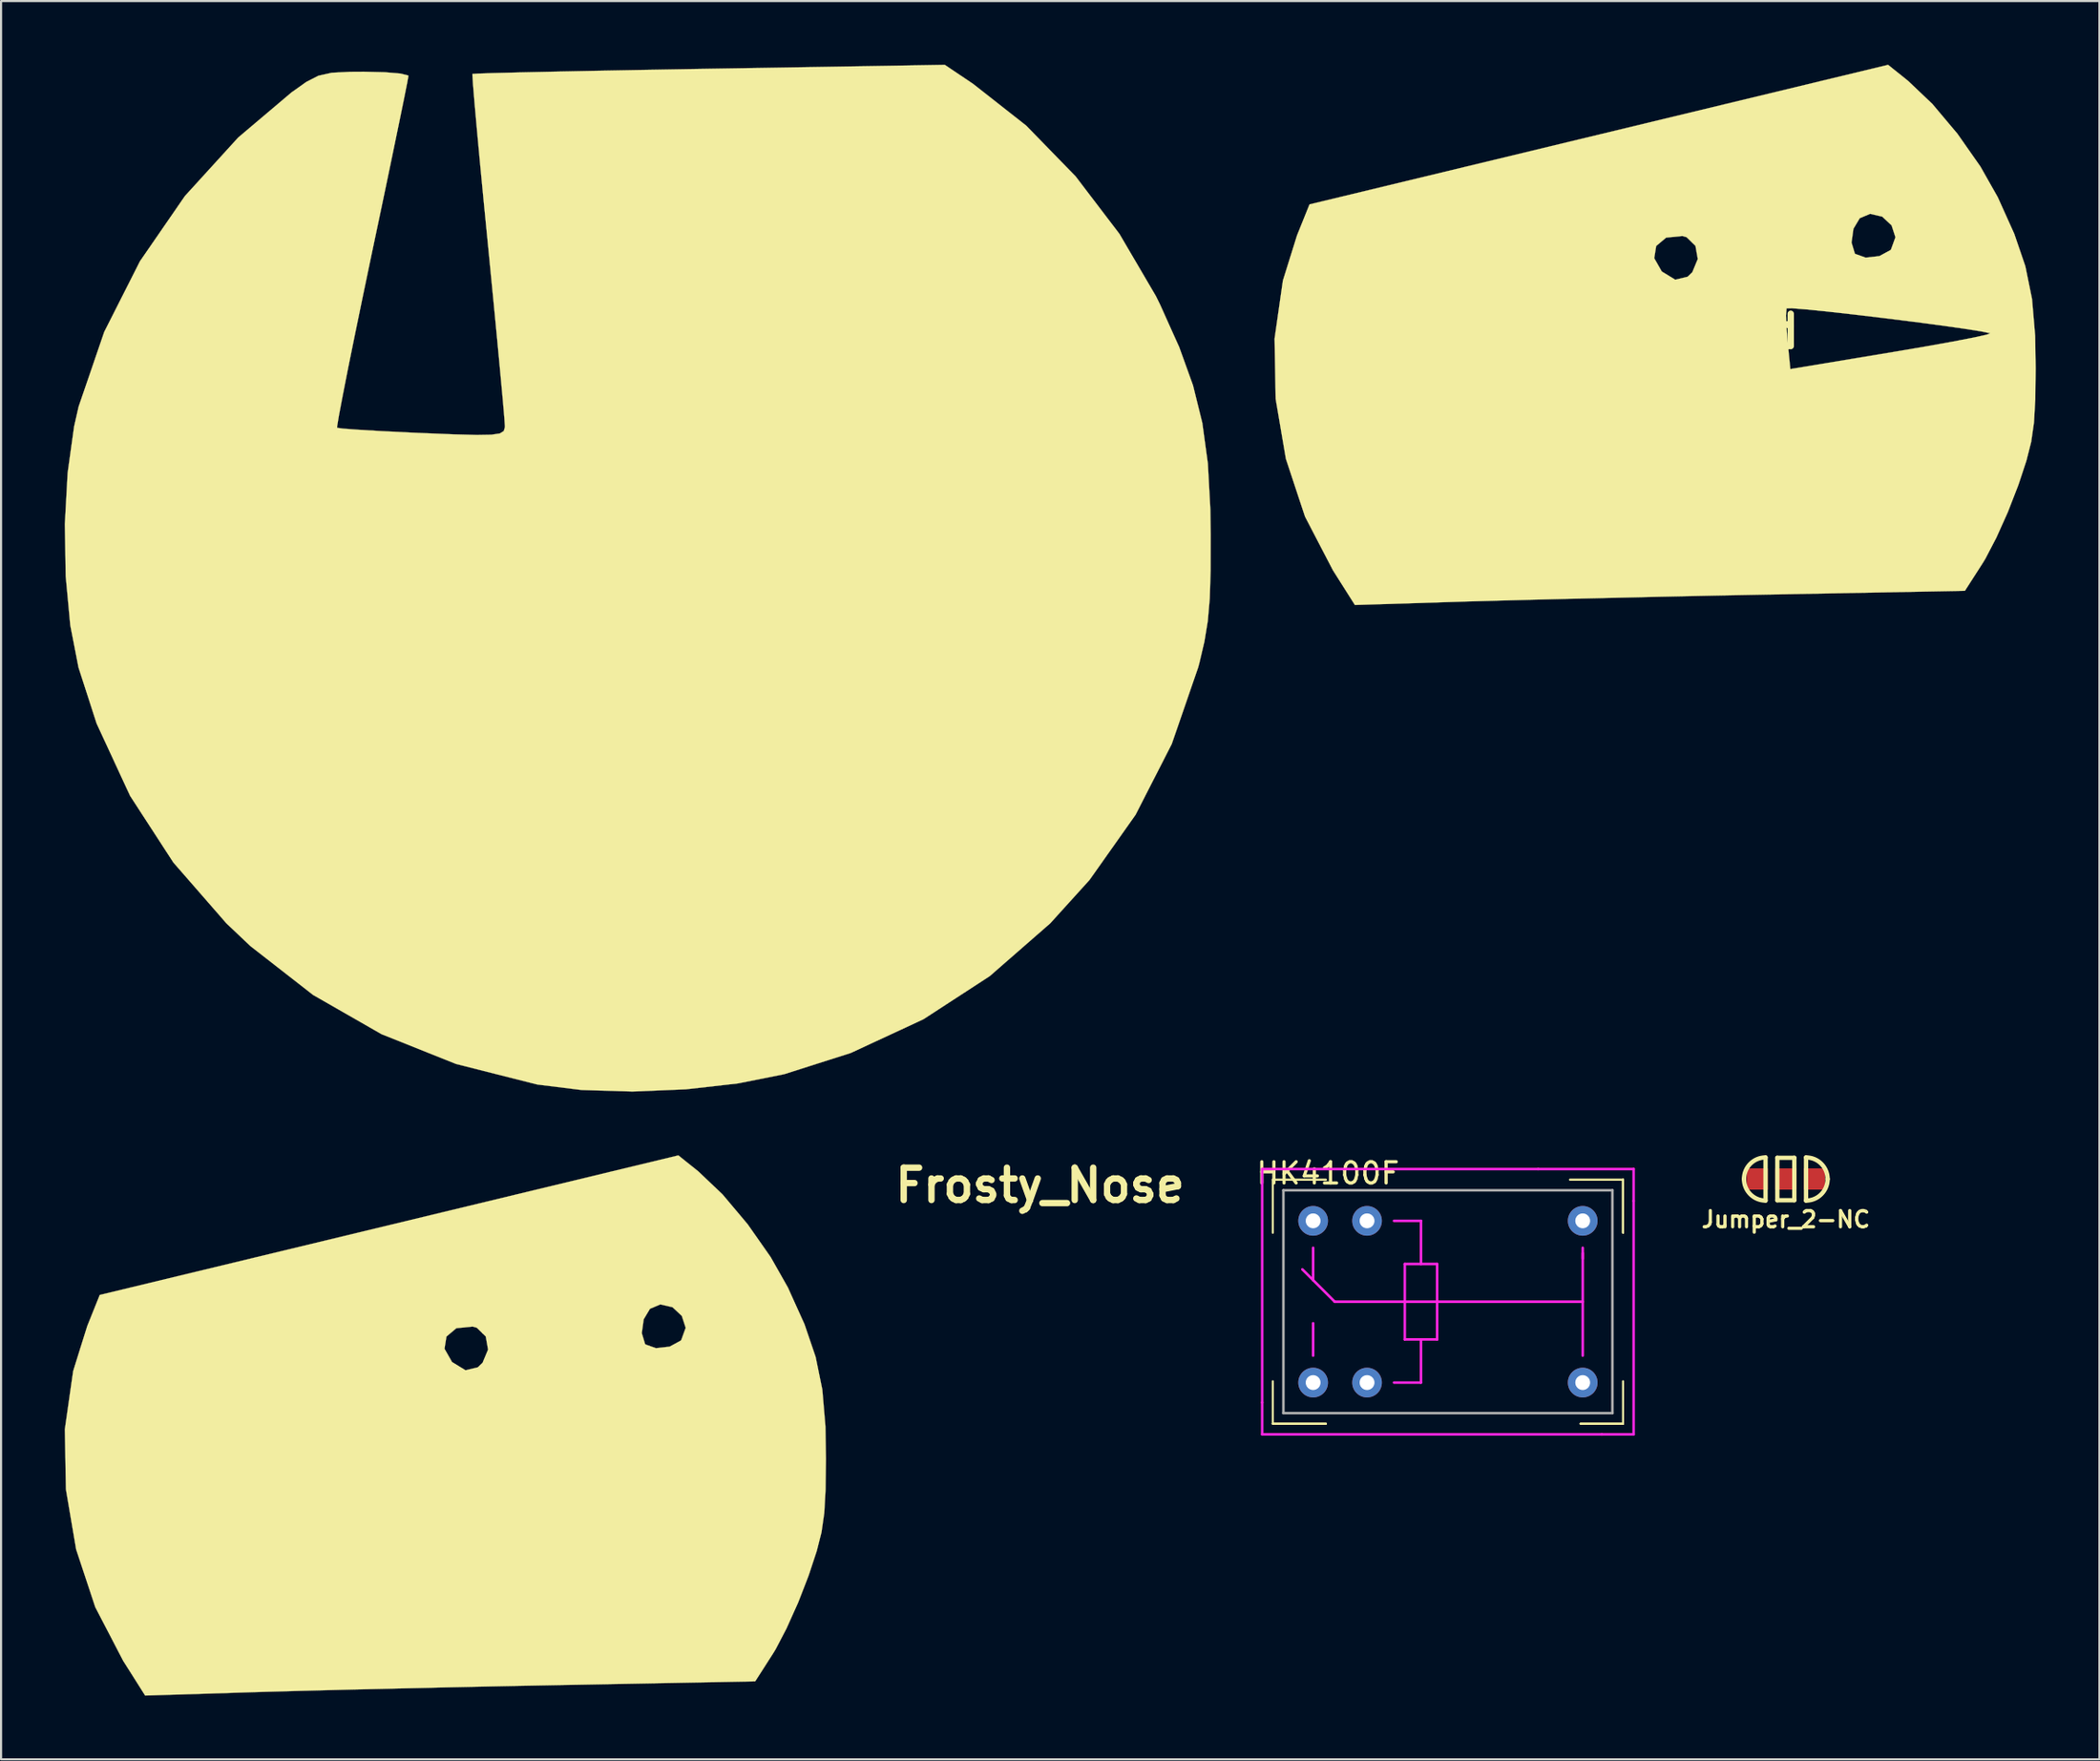
<source format=kicad_pcb>
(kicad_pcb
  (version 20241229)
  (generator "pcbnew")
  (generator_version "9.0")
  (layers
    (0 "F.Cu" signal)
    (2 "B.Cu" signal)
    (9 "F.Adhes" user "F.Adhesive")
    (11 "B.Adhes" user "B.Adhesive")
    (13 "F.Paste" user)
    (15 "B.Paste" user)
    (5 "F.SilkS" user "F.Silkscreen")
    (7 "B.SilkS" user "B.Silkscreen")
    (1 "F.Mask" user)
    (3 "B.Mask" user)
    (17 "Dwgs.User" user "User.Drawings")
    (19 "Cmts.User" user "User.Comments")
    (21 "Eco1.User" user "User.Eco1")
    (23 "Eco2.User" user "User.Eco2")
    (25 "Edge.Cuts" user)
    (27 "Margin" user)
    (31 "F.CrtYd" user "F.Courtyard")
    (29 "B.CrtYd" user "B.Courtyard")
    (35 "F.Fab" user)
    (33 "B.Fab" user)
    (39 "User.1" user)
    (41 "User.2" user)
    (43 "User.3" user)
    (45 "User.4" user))
  (footprint "HK4100F"
    (layer "F.Cu")
    (at 57.413 53.032)
    (property "Reference" "HK4100F" (at 2.1 -0.8 0) (layer "F.SilkS") (effects (font (size 1 1) (thickness 0.15))))
    (attr through_hole)
    (fp_line (start -0.5 -0.5) (end -0.5 2) (stroke (width 0.1) (type solid)) (layer "F.SilkS"))
    (fp_line (start -0.5 -0.5) (end 2 -0.5) (stroke (width 0.1) (type solid)) (layer "F.SilkS"))
    (fp_line (start -0.5 11) (end -0.5 9) (stroke (width 0.1) (type solid)) (layer "F.SilkS"))
    (fp_line (start -0.5 11) (end 2 11) (stroke (width 0.1) (type solid)) (layer "F.SilkS"))
    (fp_line (start 2 11) (end -0.5 11) (stroke (width 0.1) (type solid)) (layer "F.SilkS"))
    (fp_line (start 14 11) (end 16 11) (stroke (width 0.1) (type solid)) (layer "F.SilkS"))
    (fp_line (start 16 -0.5) (end 13.5 -0.5) (stroke (width 0.1) (type solid)) (layer "F.SilkS"))
    (fp_line (start 16 -0.5) (end 16 2) (stroke (width 0.1) (type solid)) (layer "F.SilkS"))
    (fp_line (start 16 2) (end 16 -0.5) (stroke (width 0.1) (type solid)) (layer "F.SilkS"))
    (fp_line (start 16 11) (end 14 11) (stroke (width 0.1) (type solid)) (layer "F.SilkS"))
    (fp_line (start 16 11) (end 16 9) (stroke (width 0.1) (type solid)) (layer "F.SilkS"))
    (fp_line (start -1 -1) (end -1 10) (stroke (width 0.12) (type solid)) (layer "F.CrtYd"))
    (fp_line (start -1 -1) (end 12 -1) (stroke (width 0.12) (type solid)) (layer "F.CrtYd"))
    (fp_line (start -1 10) (end -1 11.5) (stroke (width 0.12) (type solid)) (layer "F.CrtYd"))
    (fp_line (start -1 11.5) (end 15 11.5) (stroke (width 0.12) (type solid)) (layer "F.CrtYd"))
    (fp_line (start 0.892 3.726) (end 2.416 5.25) (stroke (width 0.12) (type solid)) (layer "F.CrtYd"))
    (fp_line (start 1.4 2.71) (end 1.4 3.98) (stroke (width 0.12) (type solid)) (layer "F.CrtYd"))
    (fp_line (start 1.4 3.98) (end 1.4 4.234) (stroke (width 0.12) (type solid)) (layer "F.CrtYd"))
    (fp_line (start 1.4 6.52) (end 1.4 6.266) (stroke (width 0.12) (type solid)) (layer "F.CrtYd"))
    (fp_line (start 1.4 7.79) (end 1.4 6.52) (stroke (width 0.12) (type solid)) (layer "F.CrtYd"))
    (fp_line (start 2.416 5.25) (end 14.1 5.25) (stroke (width 0.12) (type solid)) (layer "F.CrtYd"))
    (fp_line (start 5.21 1.44) (end 6.48 1.44) (stroke (width 0.12) (type solid)) (layer "F.CrtYd"))
    (fp_line (start 5.21 9.06) (end 6.48 9.06) (stroke (width 0.12) (type solid)) (layer "F.CrtYd"))
    (fp_line (start 5.718 3.472) (end 5.718 7.028) (stroke (width 0.12) (type solid)) (layer "F.CrtYd"))
    (fp_line (start 5.718 7.028) (end 6.48 7.028) (stroke (width 0.12) (type solid)) (layer "F.CrtYd"))
    (fp_line (start 6.48 1.44) (end 6.48 3.472) (stroke (width 0.12) (type solid)) (layer "F.CrtYd"))
    (fp_line (start 6.48 7.028) (end 7.242 7.028) (stroke (width 0.12) (type solid)) (layer "F.CrtYd"))
    (fp_line (start 6.48 9.06) (end 6.48 7.028) (stroke (width 0.12) (type solid)) (layer "F.CrtYd"))
    (fp_line (start 7.242 3.472) (end 5.718 3.472) (stroke (width 0.12) (type solid)) (layer "F.CrtYd"))
    (fp_line (start 7.242 7.028) (end 7.242 3.472) (stroke (width 0.12) (type solid)) (layer "F.CrtYd"))
    (fp_line (start 14.1 2.71) (end 14.1 3.218) (stroke (width 0.12) (type solid)) (layer "F.CrtYd"))
    (fp_line (start 14.1 2.964) (end 14.1 7.79) (stroke (width 0.12) (type solid)) (layer "F.CrtYd"))
    (fp_line (start 15 11.5) (end 16.5 11.5) (stroke (width 0.12) (type solid)) (layer "F.CrtYd"))
    (fp_line (start 16.5 -1) (end 12 -1) (stroke (width 0.12) (type solid)) (layer "F.CrtYd"))
    (fp_line (start 16.5 0.5) (end 16.5 -1) (stroke (width 0.12) (type solid)) (layer "F.CrtYd"))
    (fp_line (start 16.5 11.5) (end 16.5 0.5) (stroke (width 0.12) (type solid)) (layer "F.CrtYd"))
    (fp_line (start 0 0) (end 0 10.5) (stroke (width 0.12) (type solid)) (layer "F.Fab"))
    (fp_line (start 0 10.5) (end 15.5 10.5) (stroke (width 0.12) (type solid)) (layer "F.Fab"))
    (fp_line (start 15.5 0) (end 0 0) (stroke (width 0.12) (type solid)) (layer "F.Fab"))
    (fp_line (start 15.5 10.5) (end 15.5 0) (stroke (width 0.12) (type solid)) (layer "F.Fab"))
    (pad "11" thru_hole circle (at 14.1 1.44) (size 1.4 1.4) (drill 0.7) (layers "*.Cu" "*.Mask"))
    (pad "11" thru_hole circle (at 14.1 9.06) (size 1.4 1.4) (drill 0.7) (layers "*.Cu" "*.Mask"))
    (pad "12" thru_hole circle (at 1.4 1.44) (size 1.4 1.4) (drill 0.7) (layers "*.Cu" "*.Mask"))
    (pad "14" thru_hole circle (at 1.4 9.06) (size 1.4 1.4) (drill 0.7) (layers "*.Cu" "*.Mask"))
    (pad "A1" thru_hole circle (at 3.94 1.44) (size 1.4 1.4) (drill 0.7) (layers "*.Cu" "*.Mask"))
    (pad "A2" thru_hole circle (at 3.94 9.06) (size 1.4 1.4) (drill 0.7) (layers "*.Cu" "*.Mask")))
  (footprint "Frosty_Head_2"
    (layer "F.Cu")
    (at 17.826 63.951)
    (property "Reference" "Frosty_Head_2" (at 0 0 0) (layer "F.SilkS") (effects (font (size 1.524 1.524) (thickness 0.3))))
    (attr through_hole)
    (fp_poly (pts (xy 12.025 -11.806) (xy 13.165 -10.723) (xy 14.347 -9.318) (xy 15.431 -7.771) (xy 16.245 -6.333) (xy 17.024 -4.607) (xy 17.549 -3.07) (xy 17.863 -1.53) (xy 18.01 0.202) (xy 18.034 1.738) (xy 18.016 3.193) (xy 17.955 4.287) (xy 17.825 5.193) (xy 17.599 6.085) (xy 17.251 7.137) (xy 17.204 7.272) (xy 16.725 8.506) (xy 16.179 9.721) (xy 15.667 10.703) (xy 15.542 10.908) (xy 14.702 12.217) (xy 5.413 12.394) (xy 2.945 12.442) (xy 0.394 12.496) (xy -2.126 12.553) (xy -4.502 12.609) (xy -6.619 12.663) (xy -8.363 12.711) (xy -8.957 12.728) (xy -14.037 12.887) (xy -15.074 11.248) (xy -16.387 8.723) (xy -17.289 5.999) (xy -17.77 3.172) (xy -17.821 0.34) (xy -17.429 -2.399) (xy -17.1 -3.452) (xy 0.064 -3.452) (xy 0.42 -2.826) (xy 1.054 -2.439) (xy 1.637 -2.579) (xy 1.859 -2.793) (xy 2.117 -3.414) (xy 2.008 -4.032) (xy 1.846 -4.19) (xy 9.359 -4.19) (xy 9.513 -3.679) (xy 9.536 -3.654) (xy 10.024 -3.48) (xy 10.673 -3.552) (xy 11.192 -3.834) (xy 11.219 -3.864) (xy 11.428 -4.44) (xy 11.246 -4.999) (xy 10.805 -5.411) (xy 10.235 -5.543) (xy 9.746 -5.337) (xy 9.449 -4.84) (xy 9.359 -4.19) (xy 1.846 -4.19) (xy 1.588 -4.443) (xy 1.389 -4.499) (xy 0.624 -4.422) (xy 0.157 -4.029) (xy 0.064 -3.452) (xy -17.1 -3.452) (xy -16.762 -4.531) (xy -16.176 -5.987) (xy -2.547 -9.275) (xy 11.082 -12.563) (xy 12.025 -11.806)) (stroke (width 0.01) (type solid)) (fill yes) (layer "F.SilkS")))
  (footprint "Jumper_2-NC"
    (layer "F.Cu")
    (at 81.081 52.501)
    (property "Reference" "Jumper_2-NC" (at 0 1.905 0) (layer "F.SilkS") (effects (font (size 0.762 0.762) (thickness 0.152))))
    (attr through_hole)
    (fp_line (start -0.954 -1.016) (end -0.954 1.016) (stroke (width 0.203) (type solid)) (layer "F.SilkS"))
    (fp_line (start -0.4 -1) (end -0.4 1) (stroke (width 0.203) (type solid)) (layer "F.SilkS"))
    (fp_line (start -0.4 1) (end 0.4 1) (stroke (width 0.203) (type solid)) (layer "F.SilkS"))
    (fp_line (start 0.4 -1) (end -0.4 -1) (stroke (width 0.203) (type solid)) (layer "F.SilkS"))
    (fp_line (start 0.4 1) (end 0.4 -1) (stroke (width 0.203) (type solid)) (layer "F.SilkS"))
    (fp_line (start 0.954 1.016) (end 0.954 -1.016) (stroke (width 0.203) (type solid)) (layer "F.SilkS"))
    (fp_arc (start -1.97 0) (mid -1.67242 -0.71842) (end -0.954 -1.016) (stroke (width 0.2032) (type solid)) (layer "F.SilkS"))
    (fp_arc (start -0.954 1.016) (mid -1.67242 0.71842) (end -1.97 0) (stroke (width 0.2032) (type solid)) (layer "F.SilkS"))
    (fp_arc (start 0.954 -1.016) (mid 1.67242 -0.71842) (end 1.97 0) (stroke (width 0.2032) (type solid)) (layer "F.SilkS"))
    (fp_arc (start 1.97 0) (mid 1.67242 0.71842) (end 0.954 1.016) (stroke (width 0.2032) (type solid)) (layer "F.SilkS"))
    (pad "1" smd rect (at -1.35 0) (size 1 1) (layers "F.Cu" "F.Mask" "F.Paste"))
    (pad "2" smd rect (at 0 0) (size 1 1) (layers "F.Cu" "F.Mask" "F.Paste"))
    (pad "3" smd rect (at 1.35 0) (size 1 1) (layers "F.Cu" "F.Mask" "F.Paste")))
  (footprint "Frosty_Nose"
    (layer "F.Cu")
    (at 45.948 52.801)
    (property "Reference" "Frosty_Nose" (at 0 0 0) (layer "F.SilkS") (effects (font (size 1.524 1.524) (thickness 0.3))))
    (attr through_hole)
    (fp_poly (pts (xy -4.345 -1.257) (xy -3.822 -1.173) (xy -2.885 -1.043) (xy -1.649 -0.881) (xy -0.233 -0.704) (xy 0.334 -0.635) (xy 1.694 -0.459) (xy 2.824 -0.289) (xy 3.638 -0.139) (xy 4.05 -0.024) (xy 4.078 0.015) (xy 3.754 0.118) (xy 3.002 0.281) (xy 1.924 0.484) (xy 0.619 0.707) (xy 0.134 0.786) (xy -1.262 1.01) (xy -2.502 1.215) (xy -3.474 1.381) (xy -4.066 1.488) (xy -4.152 1.507) (xy -4.678 1.528) (xy -4.888 1.44) (xy -4.999 1.08) (xy -5.069 0.379) (xy -5.08 -0.078) (xy -5.065 -0.861) (xy -4.968 -1.233) (xy -4.712 -1.316) (xy -4.345 -1.257)) (stroke (width 0.01) (type solid)) (fill yes) (layer "F.Mask")))
  (footprint "Frosty_Head"
    (layer "F.Cu")
    (at 74.818 12.568)
    (property "Reference" "Frosty_Head" (at 0 0 0) (layer "F.SilkS") (effects (font (size 1.524 1.524) (thickness 0.3))))
    (attr through_hole)
    (fp_poly (pts (xy 12.025 -11.806) (xy 13.165 -10.723) (xy 14.347 -9.318) (xy 15.431 -7.771) (xy 16.245 -6.333) (xy 17.024 -4.607) (xy 17.549 -3.07) (xy 17.863 -1.53) (xy 18.01 0.202) (xy 18.034 1.738) (xy 18.016 3.193) (xy 17.955 4.287) (xy 17.825 5.193) (xy 17.599 6.085) (xy 17.251 7.137) (xy 17.204 7.272) (xy 16.725 8.506) (xy 16.179 9.721) (xy 15.667 10.703) (xy 15.542 10.908) (xy 14.702 12.217) (xy 5.413 12.394) (xy 2.945 12.442) (xy 0.394 12.496) (xy -2.126 12.553) (xy -4.502 12.609) (xy -6.619 12.663) (xy -8.363 12.711) (xy -8.957 12.728) (xy -14.037 12.887) (xy -15.074 11.248) (xy -16.387 8.723) (xy -17.289 5.999) (xy -17.77 3.172) (xy -17.821 0.34) (xy -17.664 -0.755) (xy 6.271 -0.755) (xy 6.301 -0.074) (xy 6.342 0.418) (xy 6.475 1.772) (xy 11.309 0.969) (xy 12.819 0.712) (xy 14.11 0.48) (xy 15.104 0.289) (xy 15.723 0.152) (xy 15.892 0.085) (xy 15.892 0.085) (xy 15.456 -0.006) (xy 14.631 -0.136) (xy 13.517 -0.293) (xy 12.219 -0.464) (xy 10.839 -0.637) (xy 9.479 -0.799) (xy 8.242 -0.937) (xy 7.231 -1.039) (xy 6.549 -1.093) (xy 6.298 -1.087) (xy 6.271 -0.755) (xy -17.664 -0.755) (xy -17.429 -2.399) (xy -17.1 -3.452) (xy 0.064 -3.452) (xy 0.42 -2.826) (xy 1.054 -2.439) (xy 1.637 -2.579) (xy 1.859 -2.793) (xy 2.117 -3.414) (xy 2.008 -4.032) (xy 1.846 -4.19) (xy 9.359 -4.19) (xy 9.513 -3.679) (xy 9.536 -3.654) (xy 10.024 -3.48) (xy 10.673 -3.552) (xy 11.192 -3.834) (xy 11.219 -3.864) (xy 11.428 -4.44) (xy 11.246 -4.999) (xy 10.805 -5.411) (xy 10.235 -5.543) (xy 9.746 -5.337) (xy 9.449 -4.84) (xy 9.359 -4.19) (xy 1.846 -4.19) (xy 1.588 -4.443) (xy 1.389 -4.499) (xy 0.624 -4.422) (xy 0.157 -4.029) (xy 0.064 -3.452) (xy -17.1 -3.452) (xy -16.762 -4.531) (xy -16.176 -5.987) (xy -2.547 -9.275) (xy 11.082 -12.563) (xy 12.025 -11.806)) (stroke (width 0.01) (type solid)) (fill yes) (layer "F.SilkS")))
  (footprint "Frosty_Body"
    (layer "F.Cu")
    (at 26.888 24.125)
    (property "Reference" "Frosty_Body" (at 0 0 0) (layer "F.SilkS") (effects (font (size 1.524 1.524) (thickness 0.3))))
    (attr through_hole)
    (fp_poly (pts (xy 15.906 -23.222) (xy 18.406 -21.257) (xy 20.733 -18.867) (xy 22.798 -16.157) (xy 24.513 -13.232) (xy 24.716 -12.82) (xy 25.616 -10.819) (xy 26.267 -9.015) (xy 26.704 -7.245) (xy 26.964 -5.347) (xy 27.083 -3.159) (xy 27.099 -2.005) (xy 27.095 -0.297) (xy 27.054 1.02) (xy 26.961 2.089) (xy 26.803 3.051) (xy 26.568 4.05) (xy 26.507 4.278) (xy 25.265 7.878) (xy 23.558 11.217) (xy 21.391 14.284) (xy 19.538 16.33) (xy 16.687 18.818) (xy 13.56 20.851) (xy 10.145 22.436) (xy 7.007 23.436) (xy 4.822 23.873) (xy 2.375 24.149) (xy -0.144 24.254) (xy -2.545 24.181) (xy -4.637 23.922) (xy -4.637 23.921) (xy -8.452 22.955) (xy -11.962 21.552) (xy -15.185 19.705) (xy -18.138 17.403) (xy -19.271 16.33) (xy -21.769 13.464) (xy -23.809 10.321) (xy -25.387 6.912) (xy -26.238 4.278) (xy -26.626 2.289) (xy -26.842 -0.024) (xy -26.883 -2.478) (xy -26.751 -4.892) (xy -26.446 -7.083) (xy -26.232 -8.021) (xy -25.026 -11.54) (xy -23.343 -14.867) (xy -21.225 -17.94) (xy -18.712 -20.699) (xy -16.204 -22.821) (xy -15.507 -23.315) (xy -14.938 -23.606) (xy -14.308 -23.747) (xy -13.433 -23.792) (xy -12.795 -23.796) (xy -11.812 -23.772) (xy -11.076 -23.71) (xy -10.714 -23.621) (xy -10.697 -23.595) (xy -10.751 -23.293) (xy -10.903 -22.533) (xy -11.139 -21.379) (xy -11.445 -19.897) (xy -11.809 -18.151) (xy -12.218 -16.206) (xy -12.42 -15.247) (xy -12.841 -13.238) (xy -13.219 -11.404) (xy -13.543 -9.808) (xy -13.798 -8.515) (xy -13.974 -7.586) (xy -14.057 -7.087) (xy -14.059 -7.019) (xy -13.779 -6.98) (xy -13.06 -6.926) (xy -11.998 -6.863) (xy -10.69 -6.798) (xy -10.065 -6.77) (xy -8.545 -6.708) (xy -7.48 -6.68) (xy -6.788 -6.692) (xy -6.39 -6.751) (xy -6.205 -6.866) (xy -6.153 -7.041) (xy -6.152 -7.11) (xy -6.178 -7.498) (xy -6.251 -8.346) (xy -6.365 -9.586) (xy -6.512 -11.146) (xy -6.686 -12.956) (xy -6.88 -14.945) (xy -6.947 -15.625) (xy -7.144 -17.631) (xy -7.319 -19.457) (xy -7.466 -21.038) (xy -7.58 -22.307) (xy -7.654 -23.199) (xy -7.682 -23.649) (xy -7.68 -23.691) (xy -7.409 -23.708) (xy -6.659 -23.732) (xy -5.486 -23.762) (xy -3.947 -23.796) (xy -2.096 -23.834) (xy 0.009 -23.874) (xy 2.313 -23.915) (xy 3.476 -23.935) (xy 14.572 -24.12) (xy 15.906 -23.222)) (stroke (width 0.01) (type solid)) (fill yes) (layer "F.SilkS")))
  (gr_rect
    (start -3 -3)
    (end 95.857 79.843)
    (stroke (width 0.1) (type default))
    (fill no)
    (layer "Edge.Cuts")))
</source>
